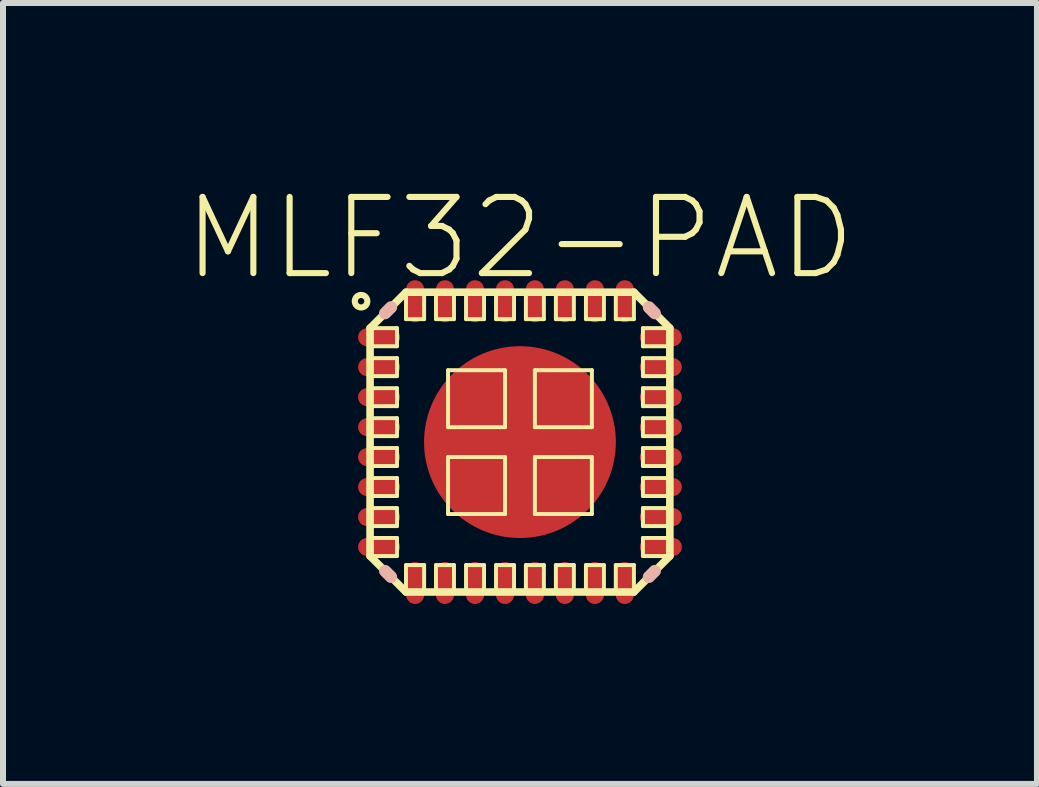
<source format=kicad_pcb>
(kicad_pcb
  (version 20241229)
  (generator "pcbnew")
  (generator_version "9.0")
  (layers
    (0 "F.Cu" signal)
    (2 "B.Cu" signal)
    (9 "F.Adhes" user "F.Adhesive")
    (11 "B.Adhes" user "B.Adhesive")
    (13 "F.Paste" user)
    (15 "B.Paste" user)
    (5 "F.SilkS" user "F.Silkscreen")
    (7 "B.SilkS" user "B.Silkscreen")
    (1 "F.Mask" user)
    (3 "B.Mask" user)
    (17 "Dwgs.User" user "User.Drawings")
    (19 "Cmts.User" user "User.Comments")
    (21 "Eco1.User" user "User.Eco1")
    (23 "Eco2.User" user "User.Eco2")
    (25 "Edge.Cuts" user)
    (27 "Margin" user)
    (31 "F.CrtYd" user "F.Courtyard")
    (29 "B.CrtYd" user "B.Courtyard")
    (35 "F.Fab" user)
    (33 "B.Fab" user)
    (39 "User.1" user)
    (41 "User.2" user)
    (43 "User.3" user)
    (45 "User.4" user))
  (footprint "MLF32-PAD"
    (layer "F.Cu")
    (at 5.619 4.321)
    (property "Reference" "MLF32-PAD" (at 0 -3.4 0) (layer "F.SilkS") (effects (font (size 1.27 1.27) (thickness 0.102))))
    (attr smd)
    (fp_line (start -2.499 -1.9) (end -2.05 -1.9) (stroke (width 0.066) (type solid)) (layer "F.SilkS"))
    (fp_line (start -2.499 -1.9) (end -1.9 -2.499) (stroke (width 0.127) (type solid)) (layer "F.SilkS"))
    (fp_line (start -2.499 -1.598) (end -2.499 -1.9) (stroke (width 0.066) (type solid)) (layer "F.SilkS"))
    (fp_line (start -2.499 -1.598) (end -2.05 -1.598) (stroke (width 0.066) (type solid)) (layer "F.SilkS"))
    (fp_line (start -2.499 -1.4) (end -2.05 -1.4) (stroke (width 0.066) (type solid)) (layer "F.SilkS"))
    (fp_line (start -2.499 -1.1) (end -2.499 -1.4) (stroke (width 0.066) (type solid)) (layer "F.SilkS"))
    (fp_line (start -2.499 -1.1) (end -2.05 -1.1) (stroke (width 0.066) (type solid)) (layer "F.SilkS"))
    (fp_line (start -2.499 -0.899) (end -2.05 -0.899) (stroke (width 0.066) (type solid)) (layer "F.SilkS"))
    (fp_line (start -2.499 -0.599) (end -2.499 -0.899) (stroke (width 0.066) (type solid)) (layer "F.SilkS"))
    (fp_line (start -2.499 -0.599) (end -2.05 -0.599) (stroke (width 0.066) (type solid)) (layer "F.SilkS"))
    (fp_line (start -2.499 -0.399) (end -2.05 -0.399) (stroke (width 0.066) (type solid)) (layer "F.SilkS"))
    (fp_line (start -2.499 -0.099) (end -2.499 -0.399) (stroke (width 0.066) (type solid)) (layer "F.SilkS"))
    (fp_line (start -2.499 -0.099) (end -2.05 -0.099) (stroke (width 0.066) (type solid)) (layer "F.SilkS"))
    (fp_line (start -2.499 0.099) (end -2.05 0.099) (stroke (width 0.066) (type solid)) (layer "F.SilkS"))
    (fp_line (start -2.499 0.399) (end -2.499 0.099) (stroke (width 0.066) (type solid)) (layer "F.SilkS"))
    (fp_line (start -2.499 0.399) (end -2.05 0.399) (stroke (width 0.066) (type solid)) (layer "F.SilkS"))
    (fp_line (start -2.499 0.599) (end -2.05 0.599) (stroke (width 0.066) (type solid)) (layer "F.SilkS"))
    (fp_line (start -2.499 0.899) (end -2.499 0.599) (stroke (width 0.066) (type solid)) (layer "F.SilkS"))
    (fp_line (start -2.499 0.899) (end -2.05 0.899) (stroke (width 0.066) (type solid)) (layer "F.SilkS"))
    (fp_line (start -2.499 1.1) (end -2.05 1.1) (stroke (width 0.066) (type solid)) (layer "F.SilkS"))
    (fp_line (start -2.499 1.4) (end -2.499 1.1) (stroke (width 0.066) (type solid)) (layer "F.SilkS"))
    (fp_line (start -2.499 1.4) (end -2.05 1.4) (stroke (width 0.066) (type solid)) (layer "F.SilkS"))
    (fp_line (start -2.499 1.598) (end -2.05 1.598) (stroke (width 0.066) (type solid)) (layer "F.SilkS"))
    (fp_line (start -2.499 1.9) (end -2.499 -1.9) (stroke (width 0.127) (type solid)) (layer "F.SilkS"))
    (fp_line (start -2.499 1.9) (end -2.499 1.598) (stroke (width 0.066) (type solid)) (layer "F.SilkS"))
    (fp_line (start -2.499 1.9) (end -2.05 1.9) (stroke (width 0.066) (type solid)) (layer "F.SilkS"))
    (fp_line (start -2.05 -1.598) (end -2.05 -1.9) (stroke (width 0.066) (type solid)) (layer "F.SilkS"))
    (fp_line (start -2.05 -1.1) (end -2.05 -1.4) (stroke (width 0.066) (type solid)) (layer "F.SilkS"))
    (fp_line (start -2.05 -0.599) (end -2.05 -0.899) (stroke (width 0.066) (type solid)) (layer "F.SilkS"))
    (fp_line (start -2.05 -0.099) (end -2.05 -0.399) (stroke (width 0.066) (type solid)) (layer "F.SilkS"))
    (fp_line (start -2.05 0.399) (end -2.05 0.099) (stroke (width 0.066) (type solid)) (layer "F.SilkS"))
    (fp_line (start -2.05 0.899) (end -2.05 0.599) (stroke (width 0.066) (type solid)) (layer "F.SilkS"))
    (fp_line (start -2.05 1.4) (end -2.05 1.1) (stroke (width 0.066) (type solid)) (layer "F.SilkS"))
    (fp_line (start -2.05 1.9) (end -2.05 1.598) (stroke (width 0.066) (type solid)) (layer "F.SilkS"))
    (fp_line (start -1.9 -2.499) (end -1.598 -2.499) (stroke (width 0.066) (type solid)) (layer "F.SilkS"))
    (fp_line (start -1.9 -2.499) (end 1.9 -2.499) (stroke (width 0.127) (type solid)) (layer "F.SilkS"))
    (fp_line (start -1.9 -2.05) (end -1.9 -2.499) (stroke (width 0.066) (type solid)) (layer "F.SilkS"))
    (fp_line (start -1.9 -2.05) (end -1.598 -2.05) (stroke (width 0.066) (type solid)) (layer "F.SilkS"))
    (fp_line (start -1.9 2.05) (end -1.598 2.05) (stroke (width 0.066) (type solid)) (layer "F.SilkS"))
    (fp_line (start -1.9 2.499) (end -2.499 1.9) (stroke (width 0.127) (type solid)) (layer "F.SilkS"))
    (fp_line (start -1.9 2.499) (end -1.9 2.05) (stroke (width 0.066) (type solid)) (layer "F.SilkS"))
    (fp_line (start -1.9 2.499) (end -1.598 2.499) (stroke (width 0.066) (type solid)) (layer "F.SilkS"))
    (fp_line (start -1.598 -2.05) (end -1.598 -2.499) (stroke (width 0.066) (type solid)) (layer "F.SilkS"))
    (fp_line (start -1.598 2.499) (end -1.598 2.05) (stroke (width 0.066) (type solid)) (layer "F.SilkS"))
    (fp_line (start -1.4 -2.499) (end -1.1 -2.499) (stroke (width 0.066) (type solid)) (layer "F.SilkS"))
    (fp_line (start -1.4 -2.05) (end -1.4 -2.499) (stroke (width 0.066) (type solid)) (layer "F.SilkS"))
    (fp_line (start -1.4 -2.05) (end -1.1 -2.05) (stroke (width 0.066) (type solid)) (layer "F.SilkS"))
    (fp_line (start -1.4 2.05) (end -1.1 2.05) (stroke (width 0.066) (type solid)) (layer "F.SilkS"))
    (fp_line (start -1.4 2.499) (end -1.4 2.05) (stroke (width 0.066) (type solid)) (layer "F.SilkS"))
    (fp_line (start -1.4 2.499) (end -1.1 2.499) (stroke (width 0.066) (type solid)) (layer "F.SilkS"))
    (fp_line (start -1.199 -1.199) (end -0.249 -1.199) (stroke (width 0.066) (type solid)) (layer "F.SilkS"))
    (fp_line (start -1.199 -0.249) (end -1.199 -1.199) (stroke (width 0.066) (type solid)) (layer "F.SilkS"))
    (fp_line (start -1.199 -0.249) (end -0.249 -0.249) (stroke (width 0.066) (type solid)) (layer "F.SilkS"))
    (fp_line (start -1.199 0.249) (end -0.249 0.249) (stroke (width 0.066) (type solid)) (layer "F.SilkS"))
    (fp_line (start -1.199 1.199) (end -1.199 0.249) (stroke (width 0.066) (type solid)) (layer "F.SilkS"))
    (fp_line (start -1.199 1.199) (end -0.249 1.199) (stroke (width 0.066) (type solid)) (layer "F.SilkS"))
    (fp_line (start -1.1 -2.05) (end -1.1 -2.499) (stroke (width 0.066) (type solid)) (layer "F.SilkS"))
    (fp_line (start -1.1 2.499) (end -1.1 2.05) (stroke (width 0.066) (type solid)) (layer "F.SilkS"))
    (fp_line (start -0.899 -2.499) (end -0.599 -2.499) (stroke (width 0.066) (type solid)) (layer "F.SilkS"))
    (fp_line (start -0.899 -2.05) (end -0.899 -2.499) (stroke (width 0.066) (type solid)) (layer "F.SilkS"))
    (fp_line (start -0.899 -2.05) (end -0.599 -2.05) (stroke (width 0.066) (type solid)) (layer "F.SilkS"))
    (fp_line (start -0.899 2.05) (end -0.599 2.05) (stroke (width 0.066) (type solid)) (layer "F.SilkS"))
    (fp_line (start -0.899 2.499) (end -0.899 2.05) (stroke (width 0.066) (type solid)) (layer "F.SilkS"))
    (fp_line (start -0.899 2.499) (end -0.599 2.499) (stroke (width 0.066) (type solid)) (layer "F.SilkS"))
    (fp_line (start -0.599 -2.05) (end -0.599 -2.499) (stroke (width 0.066) (type solid)) (layer "F.SilkS"))
    (fp_line (start -0.599 2.499) (end -0.599 2.05) (stroke (width 0.066) (type solid)) (layer "F.SilkS"))
    (fp_line (start -0.399 -2.499) (end -0.099 -2.499) (stroke (width 0.066) (type solid)) (layer "F.SilkS"))
    (fp_line (start -0.399 -2.05) (end -0.399 -2.499) (stroke (width 0.066) (type solid)) (layer "F.SilkS"))
    (fp_line (start -0.399 -2.05) (end -0.099 -2.05) (stroke (width 0.066) (type solid)) (layer "F.SilkS"))
    (fp_line (start -0.399 2.05) (end -0.099 2.05) (stroke (width 0.066) (type solid)) (layer "F.SilkS"))
    (fp_line (start -0.399 2.499) (end -0.399 2.05) (stroke (width 0.066) (type solid)) (layer "F.SilkS"))
    (fp_line (start -0.399 2.499) (end -0.099 2.499) (stroke (width 0.066) (type solid)) (layer "F.SilkS"))
    (fp_line (start -0.249 -0.249) (end -0.249 -1.199) (stroke (width 0.066) (type solid)) (layer "F.SilkS"))
    (fp_line (start -0.249 1.199) (end -0.249 0.249) (stroke (width 0.066) (type solid)) (layer "F.SilkS"))
    (fp_line (start -0.099 -2.05) (end -0.099 -2.499) (stroke (width 0.066) (type solid)) (layer "F.SilkS"))
    (fp_line (start -0.099 2.499) (end -0.099 2.05) (stroke (width 0.066) (type solid)) (layer "F.SilkS"))
    (fp_line (start 0.099 -2.499) (end 0.399 -2.499) (stroke (width 0.066) (type solid)) (layer "F.SilkS"))
    (fp_line (start 0.099 -2.05) (end 0.099 -2.499) (stroke (width 0.066) (type solid)) (layer "F.SilkS"))
    (fp_line (start 0.099 -2.05) (end 0.399 -2.05) (stroke (width 0.066) (type solid)) (layer "F.SilkS"))
    (fp_line (start 0.099 2.05) (end 0.399 2.05) (stroke (width 0.066) (type solid)) (layer "F.SilkS"))
    (fp_line (start 0.099 2.499) (end 0.099 2.05) (stroke (width 0.066) (type solid)) (layer "F.SilkS"))
    (fp_line (start 0.099 2.499) (end 0.399 2.499) (stroke (width 0.066) (type solid)) (layer "F.SilkS"))
    (fp_line (start 0.249 -1.199) (end 1.199 -1.199) (stroke (width 0.066) (type solid)) (layer "F.SilkS"))
    (fp_line (start 0.249 -0.249) (end 0.249 -1.199) (stroke (width 0.066) (type solid)) (layer "F.SilkS"))
    (fp_line (start 0.249 -0.249) (end 1.199 -0.249) (stroke (width 0.066) (type solid)) (layer "F.SilkS"))
    (fp_line (start 0.249 0.249) (end 1.199 0.249) (stroke (width 0.066) (type solid)) (layer "F.SilkS"))
    (fp_line (start 0.249 1.199) (end 0.249 0.249) (stroke (width 0.066) (type solid)) (layer "F.SilkS"))
    (fp_line (start 0.249 1.199) (end 1.199 1.199) (stroke (width 0.066) (type solid)) (layer "F.SilkS"))
    (fp_line (start 0.399 -2.05) (end 0.399 -2.499) (stroke (width 0.066) (type solid)) (layer "F.SilkS"))
    (fp_line (start 0.399 2.499) (end 0.399 2.05) (stroke (width 0.066) (type solid)) (layer "F.SilkS"))
    (fp_line (start 0.599 -2.499) (end 0.899 -2.499) (stroke (width 0.066) (type solid)) (layer "F.SilkS"))
    (fp_line (start 0.599 -2.05) (end 0.599 -2.499) (stroke (width 0.066) (type solid)) (layer "F.SilkS"))
    (fp_line (start 0.599 -2.05) (end 0.899 -2.05) (stroke (width 0.066) (type solid)) (layer "F.SilkS"))
    (fp_line (start 0.599 2.05) (end 0.899 2.05) (stroke (width 0.066) (type solid)) (layer "F.SilkS"))
    (fp_line (start 0.599 2.499) (end 0.599 2.05) (stroke (width 0.066) (type solid)) (layer "F.SilkS"))
    (fp_line (start 0.599 2.499) (end 0.899 2.499) (stroke (width 0.066) (type solid)) (layer "F.SilkS"))
    (fp_line (start 0.899 -2.05) (end 0.899 -2.499) (stroke (width 0.066) (type solid)) (layer "F.SilkS"))
    (fp_line (start 0.899 2.499) (end 0.899 2.05) (stroke (width 0.066) (type solid)) (layer "F.SilkS"))
    (fp_line (start 1.1 -2.499) (end 1.4 -2.499) (stroke (width 0.066) (type solid)) (layer "F.SilkS"))
    (fp_line (start 1.1 -2.05) (end 1.1 -2.499) (stroke (width 0.066) (type solid)) (layer "F.SilkS"))
    (fp_line (start 1.1 -2.05) (end 1.4 -2.05) (stroke (width 0.066) (type solid)) (layer "F.SilkS"))
    (fp_line (start 1.1 2.05) (end 1.4 2.05) (stroke (width 0.066) (type solid)) (layer "F.SilkS"))
    (fp_line (start 1.1 2.499) (end 1.1 2.05) (stroke (width 0.066) (type solid)) (layer "F.SilkS"))
    (fp_line (start 1.1 2.499) (end 1.4 2.499) (stroke (width 0.066) (type solid)) (layer "F.SilkS"))
    (fp_line (start 1.199 -0.249) (end 1.199 -1.199) (stroke (width 0.066) (type solid)) (layer "F.SilkS"))
    (fp_line (start 1.199 1.199) (end 1.199 0.249) (stroke (width 0.066) (type solid)) (layer "F.SilkS"))
    (fp_line (start 1.4 -2.05) (end 1.4 -2.499) (stroke (width 0.066) (type solid)) (layer "F.SilkS"))
    (fp_line (start 1.4 2.499) (end 1.4 2.05) (stroke (width 0.066) (type solid)) (layer "F.SilkS"))
    (fp_line (start 1.598 -2.499) (end 1.9 -2.499) (stroke (width 0.066) (type solid)) (layer "F.SilkS"))
    (fp_line (start 1.598 -2.05) (end 1.598 -2.499) (stroke (width 0.066) (type solid)) (layer "F.SilkS"))
    (fp_line (start 1.598 -2.05) (end 1.9 -2.05) (stroke (width 0.066) (type solid)) (layer "F.SilkS"))
    (fp_line (start 1.598 2.05) (end 1.9 2.05) (stroke (width 0.066) (type solid)) (layer "F.SilkS"))
    (fp_line (start 1.598 2.499) (end 1.598 2.05) (stroke (width 0.066) (type solid)) (layer "F.SilkS"))
    (fp_line (start 1.598 2.499) (end 1.9 2.499) (stroke (width 0.066) (type solid)) (layer "F.SilkS"))
    (fp_line (start 1.9 -2.499) (end 2.499 -1.9) (stroke (width 0.127) (type solid)) (layer "F.SilkS"))
    (fp_line (start 1.9 -2.05) (end 1.9 -2.499) (stroke (width 0.066) (type solid)) (layer "F.SilkS"))
    (fp_line (start 1.9 2.499) (end -1.9 2.499) (stroke (width 0.127) (type solid)) (layer "F.SilkS"))
    (fp_line (start 1.9 2.499) (end 1.9 2.05) (stroke (width 0.066) (type solid)) (layer "F.SilkS"))
    (fp_line (start 2.05 -1.9) (end 2.499 -1.9) (stroke (width 0.066) (type solid)) (layer "F.SilkS"))
    (fp_line (start 2.05 -1.598) (end 2.05 -1.9) (stroke (width 0.066) (type solid)) (layer "F.SilkS"))
    (fp_line (start 2.05 -1.598) (end 2.499 -1.598) (stroke (width 0.066) (type solid)) (layer "F.SilkS"))
    (fp_line (start 2.05 -1.4) (end 2.499 -1.4) (stroke (width 0.066) (type solid)) (layer "F.SilkS"))
    (fp_line (start 2.05 -1.1) (end 2.05 -1.4) (stroke (width 0.066) (type solid)) (layer "F.SilkS"))
    (fp_line (start 2.05 -1.1) (end 2.499 -1.1) (stroke (width 0.066) (type solid)) (layer "F.SilkS"))
    (fp_line (start 2.05 -0.899) (end 2.499 -0.899) (stroke (width 0.066) (type solid)) (layer "F.SilkS"))
    (fp_line (start 2.05 -0.599) (end 2.05 -0.899) (stroke (width 0.066) (type solid)) (layer "F.SilkS"))
    (fp_line (start 2.05 -0.599) (end 2.499 -0.599) (stroke (width 0.066) (type solid)) (layer "F.SilkS"))
    (fp_line (start 2.05 -0.399) (end 2.499 -0.399) (stroke (width 0.066) (type solid)) (layer "F.SilkS"))
    (fp_line (start 2.05 -0.099) (end 2.05 -0.399) (stroke (width 0.066) (type solid)) (layer "F.SilkS"))
    (fp_line (start 2.05 -0.099) (end 2.499 -0.099) (stroke (width 0.066) (type solid)) (layer "F.SilkS"))
    (fp_line (start 2.05 0.099) (end 2.499 0.099) (stroke (width 0.066) (type solid)) (layer "F.SilkS"))
    (fp_line (start 2.05 0.399) (end 2.05 0.099) (stroke (width 0.066) (type solid)) (layer "F.SilkS"))
    (fp_line (start 2.05 0.399) (end 2.499 0.399) (stroke (width 0.066) (type solid)) (layer "F.SilkS"))
    (fp_line (start 2.05 0.599) (end 2.499 0.599) (stroke (width 0.066) (type solid)) (layer "F.SilkS"))
    (fp_line (start 2.05 0.899) (end 2.05 0.599) (stroke (width 0.066) (type solid)) (layer "F.SilkS"))
    (fp_line (start 2.05 0.899) (end 2.499 0.899) (stroke (width 0.066) (type solid)) (layer "F.SilkS"))
    (fp_line (start 2.05 1.1) (end 2.499 1.1) (stroke (width 0.066) (type solid)) (layer "F.SilkS"))
    (fp_line (start 2.05 1.4) (end 2.05 1.1) (stroke (width 0.066) (type solid)) (layer "F.SilkS"))
    (fp_line (start 2.05 1.4) (end 2.499 1.4) (stroke (width 0.066) (type solid)) (layer "F.SilkS"))
    (fp_line (start 2.05 1.598) (end 2.499 1.598) (stroke (width 0.066) (type solid)) (layer "F.SilkS"))
    (fp_line (start 2.05 1.9) (end 2.05 1.598) (stroke (width 0.066) (type solid)) (layer "F.SilkS"))
    (fp_line (start 2.05 1.9) (end 2.499 1.9) (stroke (width 0.066) (type solid)) (layer "F.SilkS"))
    (fp_line (start 2.499 -1.9) (end 2.499 1.9) (stroke (width 0.127) (type solid)) (layer "F.SilkS"))
    (fp_line (start 2.499 -1.598) (end 2.499 -1.9) (stroke (width 0.066) (type solid)) (layer "F.SilkS"))
    (fp_line (start 2.499 -1.1) (end 2.499 -1.4) (stroke (width 0.066) (type solid)) (layer "F.SilkS"))
    (fp_line (start 2.499 -0.599) (end 2.499 -0.899) (stroke (width 0.066) (type solid)) (layer "F.SilkS"))
    (fp_line (start 2.499 -0.099) (end 2.499 -0.399) (stroke (width 0.066) (type solid)) (layer "F.SilkS"))
    (fp_line (start 2.499 0.399) (end 2.499 0.099) (stroke (width 0.066) (type solid)) (layer "F.SilkS"))
    (fp_line (start 2.499 0.899) (end 2.499 0.599) (stroke (width 0.066) (type solid)) (layer "F.SilkS"))
    (fp_line (start 2.499 1.4) (end 2.499 1.1) (stroke (width 0.066) (type solid)) (layer "F.SilkS"))
    (fp_line (start 2.499 1.9) (end 1.9 2.499) (stroke (width 0.127) (type solid)) (layer "F.SilkS"))
    (fp_line (start 2.499 1.9) (end 2.499 1.598) (stroke (width 0.066) (type solid)) (layer "F.SilkS"))
    (fp_circle (center -2.649 -2.349) (end -2.723 -2.423) (stroke (width 0.102) (type solid)) (fill no) (layer "F.SilkS"))
    (fp_line (start -2.248 -2.149) (end -2.149 -2.248) (stroke (width 0.203) (type solid)) (layer "B.SilkS"))
    (fp_line (start -2.149 2.248) (end -2.248 2.149) (stroke (width 0.203) (type solid)) (layer "B.SilkS"))
    (fp_line (start 2.149 -2.248) (end 2.248 -2.149) (stroke (width 0.203) (type solid)) (layer "B.SilkS"))
    (fp_line (start 2.248 2.149) (end 2.149 2.248) (stroke (width 0.203) (type solid)) (layer "B.SilkS"))
    (pad "1" smd oval (at -2.349 -1.748) (size 0.699 0.3) (layers "F.Cu" "F.Mask" "F.Paste"))
    (pad "2" smd oval (at -2.349 -1.25) (size 0.699 0.3) (layers "F.Cu" "F.Mask" "F.Paste"))
    (pad "3" smd oval (at -2.349 -0.749) (size 0.699 0.3) (layers "F.Cu" "F.Mask" "F.Paste"))
    (pad "4" smd oval (at -2.349 -0.249) (size 0.699 0.3) (layers "F.Cu" "F.Mask" "F.Paste"))
    (pad "5" smd oval (at -2.349 0.249) (size 0.699 0.3) (layers "F.Cu" "F.Mask" "F.Paste"))
    (pad "6" smd oval (at -2.349 0.749) (size 0.699 0.3) (layers "F.Cu" "F.Mask" "F.Paste"))
    (pad "7" smd oval (at -2.349 1.25) (size 0.699 0.3) (layers "F.Cu" "F.Mask" "F.Paste"))
    (pad "8" smd oval (at -2.349 1.748) (size 0.699 0.3) (layers "F.Cu" "F.Mask" "F.Paste"))
    (pad "9" smd oval (at -1.748 2.349) (size 0.3 0.699) (layers "F.Cu" "F.Mask" "F.Paste"))
    (pad "10" smd oval (at -1.25 2.349) (size 0.3 0.699) (layers "F.Cu" "F.Mask" "F.Paste"))
    (pad "11" smd oval (at -0.749 2.349) (size 0.3 0.699) (layers "F.Cu" "F.Mask" "F.Paste"))
    (pad "12" smd oval (at -0.249 2.349) (size 0.3 0.699) (layers "F.Cu" "F.Mask" "F.Paste"))
    (pad "13" smd oval (at 0.249 2.349) (size 0.3 0.699) (layers "F.Cu" "F.Mask" "F.Paste"))
    (pad "14" smd oval (at 0.749 2.349) (size 0.3 0.699) (layers "F.Cu" "F.Mask" "F.Paste"))
    (pad "15" smd oval (at 1.25 2.349) (size 0.3 0.699) (layers "F.Cu" "F.Mask" "F.Paste"))
    (pad "16" smd oval (at 1.748 2.349) (size 0.3 0.699) (layers "F.Cu" "F.Mask" "F.Paste"))
    (pad "17" smd oval (at 2.349 1.748) (size 0.699 0.3) (layers "F.Cu" "F.Mask" "F.Paste"))
    (pad "18" smd oval (at 2.349 1.25) (size 0.699 0.3) (layers "F.Cu" "F.Mask" "F.Paste"))
    (pad "19" smd oval (at 2.349 0.749) (size 0.699 0.3) (layers "F.Cu" "F.Mask" "F.Paste"))
    (pad "20" smd oval (at 2.349 0.249) (size 0.699 0.3) (layers "F.Cu" "F.Mask" "F.Paste"))
    (pad "21" smd oval (at 2.349 -0.249) (size 0.699 0.3) (layers "F.Cu" "F.Mask" "F.Paste"))
    (pad "22" smd oval (at 2.349 -0.749) (size 0.699 0.3) (layers "F.Cu" "F.Mask" "F.Paste"))
    (pad "23" smd oval (at 2.349 -1.25) (size 0.699 0.3) (layers "F.Cu" "F.Mask" "F.Paste"))
    (pad "24" smd oval (at 2.349 -1.748) (size 0.699 0.3) (layers "F.Cu" "F.Mask" "F.Paste"))
    (pad "25" smd oval (at 1.748 -2.349) (size 0.3 0.699) (layers "F.Cu" "F.Mask" "F.Paste"))
    (pad "26" smd oval (at 1.25 -2.349) (size 0.3 0.699) (layers "F.Cu" "F.Mask" "F.Paste"))
    (pad "27" smd oval (at 0.749 -2.349) (size 0.3 0.699) (layers "F.Cu" "F.Mask" "F.Paste"))
    (pad "28" smd oval (at 0.249 -2.349) (size 0.3 0.699) (layers "F.Cu" "F.Mask" "F.Paste"))
    (pad "29" smd oval (at -0.249 -2.349) (size 0.3 0.699) (layers "F.Cu" "F.Mask" "F.Paste"))
    (pad "30" smd oval (at -0.749 -2.349) (size 0.3 0.699) (layers "F.Cu" "F.Mask" "F.Paste"))
    (pad "31" smd oval (at -1.25 -2.349) (size 0.3 0.699) (layers "F.Cu" "F.Mask" "F.Paste"))
    (pad "32" smd oval (at -1.748 -2.349) (size 0.3 0.699) (layers "F.Cu" "F.Mask" "F.Paste"))
    (pad "PAD" smd oval (at 0 0) (size 3.198 3.198) (layers "F.Cu" "F.Mask" "F.Paste")))
  (gr_rect
    (start -3 -3)
    (end 14.239 10.02)
    (stroke (width 0.1) (type default))
    (fill no)
    (layer "Edge.Cuts")))
</source>
